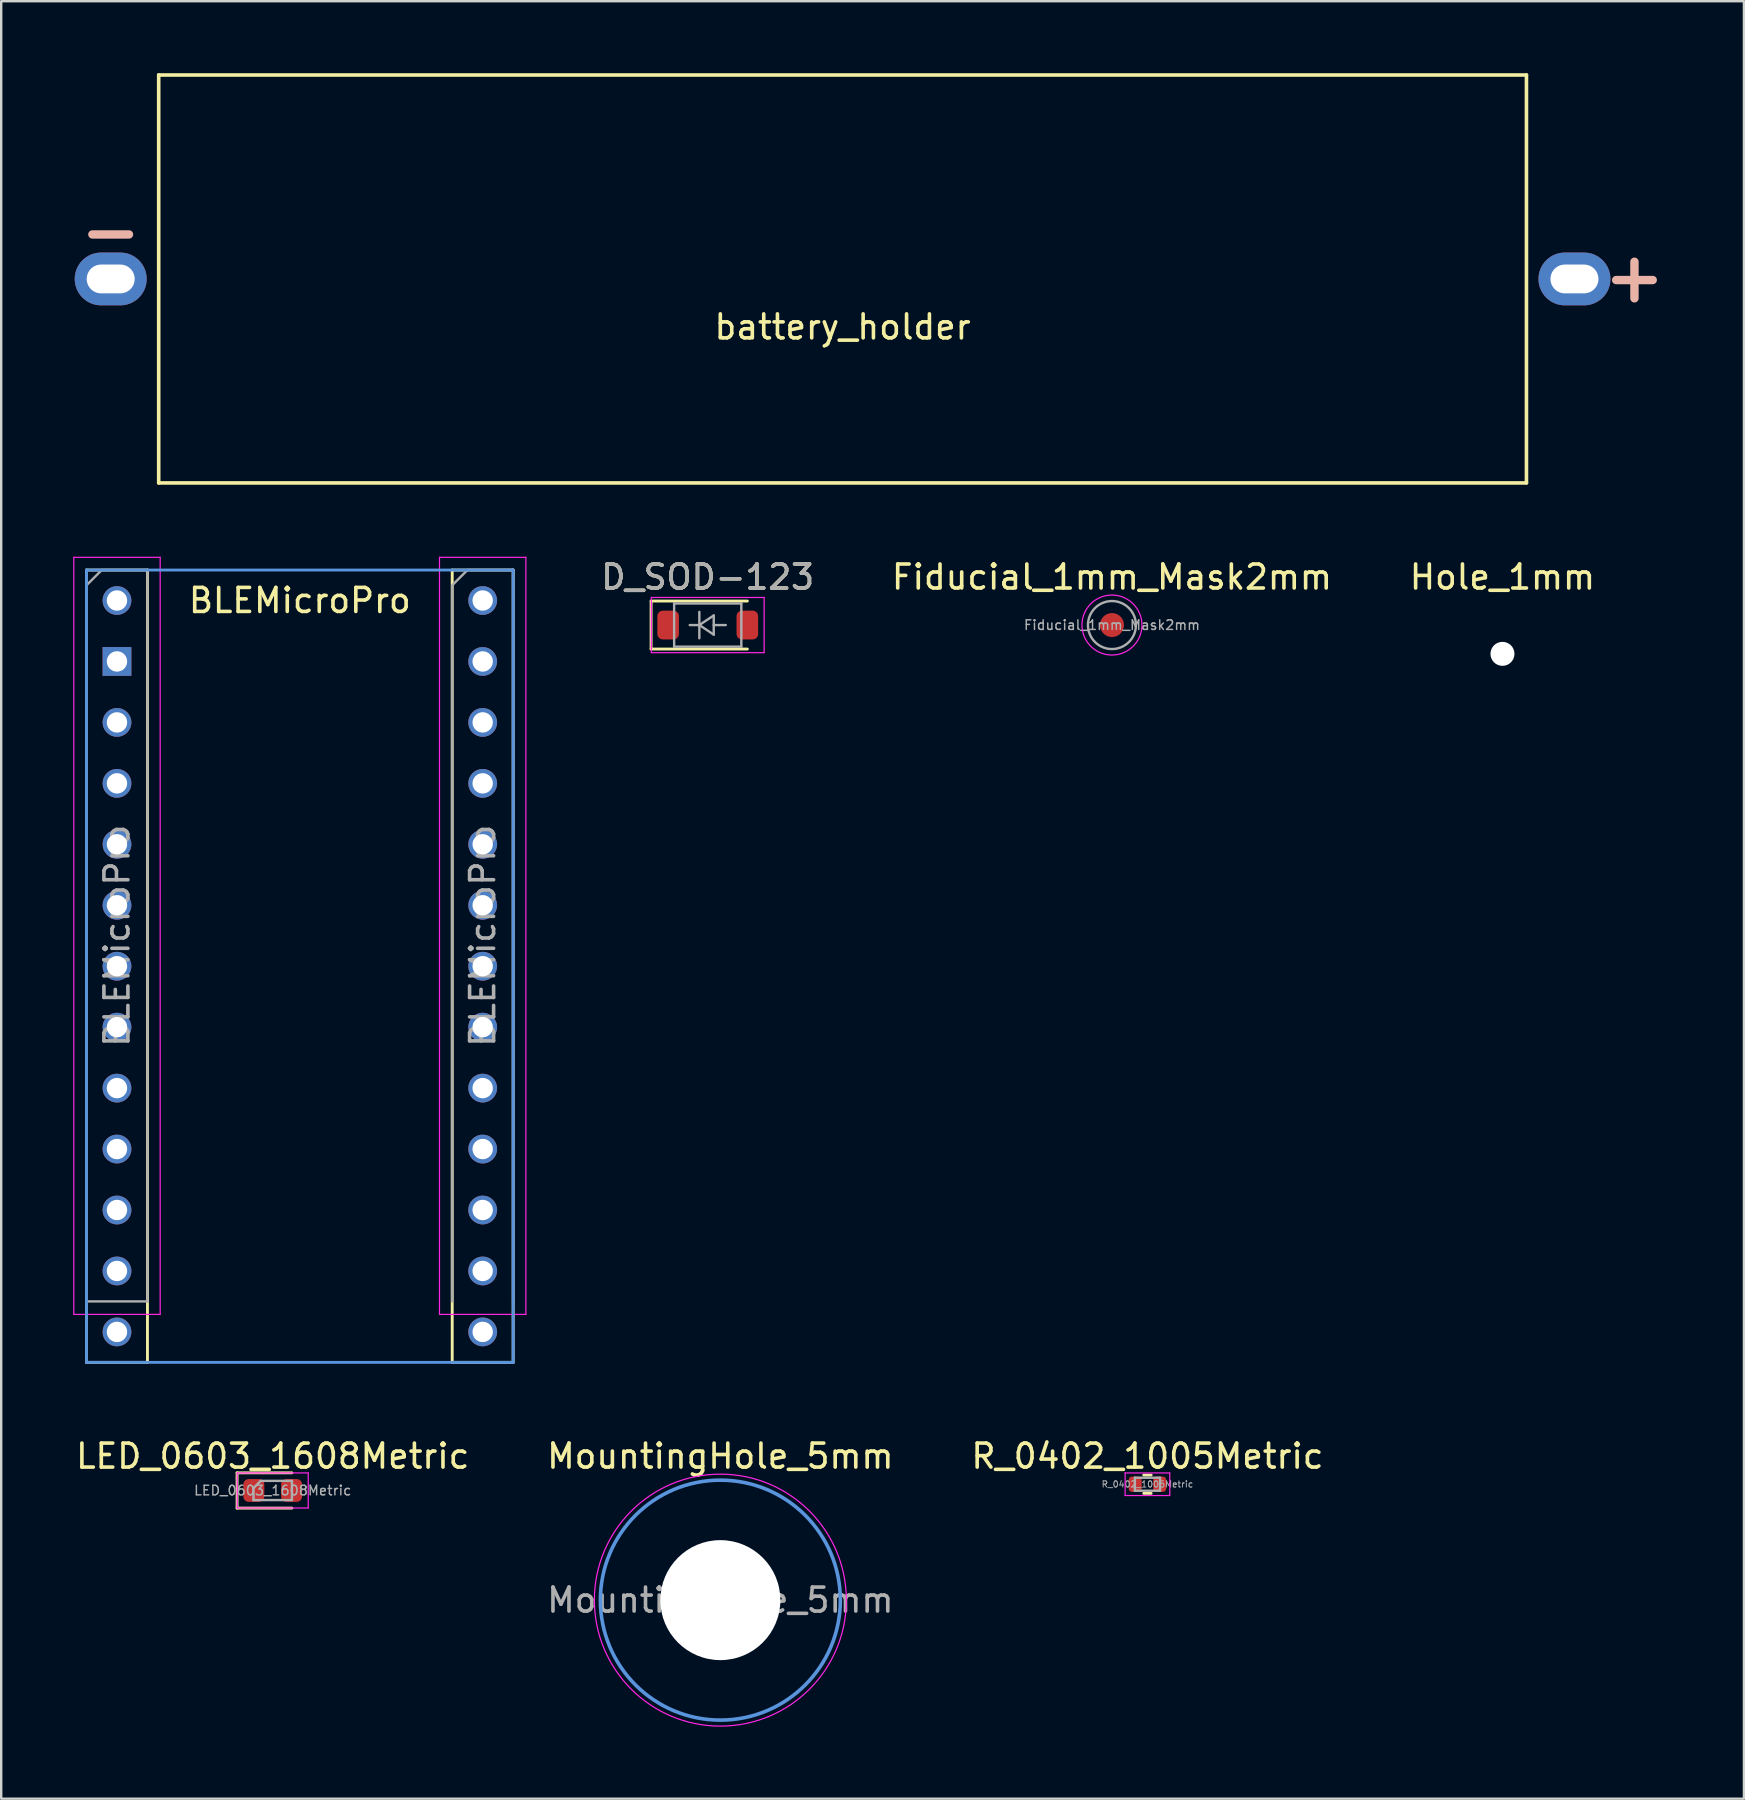
<source format=kicad_pcb>
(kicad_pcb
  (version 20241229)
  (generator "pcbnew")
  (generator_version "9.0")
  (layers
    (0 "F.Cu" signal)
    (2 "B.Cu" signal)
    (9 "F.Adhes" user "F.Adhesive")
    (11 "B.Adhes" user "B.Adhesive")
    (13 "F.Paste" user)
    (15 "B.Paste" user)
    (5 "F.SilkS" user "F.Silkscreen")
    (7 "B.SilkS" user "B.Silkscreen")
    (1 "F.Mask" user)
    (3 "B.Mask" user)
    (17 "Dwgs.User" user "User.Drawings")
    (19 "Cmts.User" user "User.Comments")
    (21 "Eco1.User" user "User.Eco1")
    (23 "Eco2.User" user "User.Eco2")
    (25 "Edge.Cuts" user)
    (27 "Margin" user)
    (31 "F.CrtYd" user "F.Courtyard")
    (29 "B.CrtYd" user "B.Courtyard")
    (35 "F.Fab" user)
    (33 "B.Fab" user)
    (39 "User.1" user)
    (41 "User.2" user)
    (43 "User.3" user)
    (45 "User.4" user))
  (footprint "LED_0603_1608Metric"
    (layer "F.Cu")
    (at 8.315 59.063)
    (property "Reference" "LED_0603_1608Metric" (at 0 -1.43 0) (layer "F.SilkS") (effects (font (size 1 1) (thickness 0.15))))
    (attr smd)
    (fp_line (start -1.485 -0.735) (end -1.485 0.735) (stroke (width 0.12) (type solid)) (layer "F.SilkS"))
    (fp_line (start -1.485 0.735) (end 0.8 0.735) (stroke (width 0.12) (type solid)) (layer "F.SilkS"))
    (fp_line (start 0.8 -0.735) (end -1.485 -0.735) (stroke (width 0.12) (type solid)) (layer "F.SilkS"))
    (fp_line (start -1.48 -0.73) (end 1.48 -0.73) (stroke (width 0.05) (type solid)) (layer "F.CrtYd"))
    (fp_line (start -1.48 0.73) (end -1.48 -0.73) (stroke (width 0.05) (type solid)) (layer "F.CrtYd"))
    (fp_line (start 1.48 -0.73) (end 1.48 0.73) (stroke (width 0.05) (type solid)) (layer "F.CrtYd"))
    (fp_line (start 1.48 0.73) (end -1.48 0.73) (stroke (width 0.05) (type solid)) (layer "F.CrtYd"))
    (fp_line (start -0.8 -0.1) (end -0.8 0.4) (stroke (width 0.1) (type solid)) (layer "F.Fab"))
    (fp_line (start -0.8 0.4) (end 0.8 0.4) (stroke (width 0.1) (type solid)) (layer "F.Fab"))
    (fp_line (start -0.5 -0.4) (end -0.8 -0.1) (stroke (width 0.1) (type solid)) (layer "F.Fab"))
    (fp_line (start 0.8 -0.4) (end -0.5 -0.4) (stroke (width 0.1) (type solid)) (layer "F.Fab"))
    (fp_line (start 0.8 0.4) (end 0.8 -0.4) (stroke (width 0.1) (type solid)) (layer "F.Fab"))
    (fp_text user "${REFERENCE}" (at 0 0 0) (layer "F.Fab") (effects (font (size 0.4 0.4) (thickness 0.06))))
    (pad "1" smd roundrect (at -0.787 0 180) (size 0.875 0.95) (layers "F.Cu" "F.Mask" "F.Paste") (roundrect_rratio 0.25))
    (pad "2" smd roundrect (at 0.787 0 180) (size 0.875 0.95) (layers "F.Cu" "F.Mask" "F.Paste") (roundrect_rratio 0.25)))
  (footprint "battery_holder"
    (layer "F.Cu")
    (at 32.063 8.575)
    (property "Reference" "battery_holder" (at 0 2 0) (layer "F.SilkS") (effects (font (size 1 1) (thickness 0.15))))
    (attr through_hole exclude_from_pos_files exclude_from_bom)
    (fp_line (start -28.5 -8.5) (end -28.5 8.5) (stroke (width 0.15) (type solid)) (layer "F.SilkS"))
    (fp_line (start -28.5 -8.5) (end 28.5 -8.5) (stroke (width 0.15) (type solid)) (layer "F.SilkS"))
    (fp_line (start 28.5 -8.5) (end 28.5 8.5) (stroke (width 0.15) (type solid)) (layer "F.SilkS"))
    (fp_line (start 28.5 8.5) (end -28.5 8.5) (stroke (width 0.15) (type solid)) (layer "F.SilkS"))
    (fp_text user "-" (at -30.5 -2 0) (layer "B.SilkS") (effects (font (size 2 2) (thickness 0.35)) (justify mirror)))
    (fp_text user "+" (at 33 -0.1 0) (layer "B.SilkS") (effects (font (size 2 2) (thickness 0.35)) (justify mirror)))
    (pad "1" thru_hole oval (at 30.5 0 180) (size 3 2.2) (drill oval 2 1.2) (layers "*.Cu" "*.Mask"))
    (pad "2" thru_hole oval (at -30.5 0 180) (size 3 2.2) (drill oval 2 1.2) (layers "*.Cu" "*.Mask")))
  (footprint "R_0402_1005Metric"
    (layer "F.Cu")
    (at 44.768 58.803)
    (property "Reference" "R_0402_1005Metric" (at 0 -1.17 0) (layer "F.SilkS") (effects (font (size 1 1) (thickness 0.15))))
    (attr smd)
    (fp_line (start -0.154 -0.38) (end 0.154 -0.38) (stroke (width 0.12) (type solid)) (layer "F.SilkS"))
    (fp_line (start -0.154 0.38) (end 0.154 0.38) (stroke (width 0.12) (type solid)) (layer "F.SilkS"))
    (fp_line (start -0.93 -0.47) (end 0.93 -0.47) (stroke (width 0.05) (type solid)) (layer "F.CrtYd"))
    (fp_line (start -0.93 0.47) (end -0.93 -0.47) (stroke (width 0.05) (type solid)) (layer "F.CrtYd"))
    (fp_line (start 0.93 -0.47) (end 0.93 0.47) (stroke (width 0.05) (type solid)) (layer "F.CrtYd"))
    (fp_line (start 0.93 0.47) (end -0.93 0.47) (stroke (width 0.05) (type solid)) (layer "F.CrtYd"))
    (fp_line (start -0.525 -0.27) (end 0.525 -0.27) (stroke (width 0.1) (type solid)) (layer "F.Fab"))
    (fp_line (start -0.525 0.27) (end -0.525 -0.27) (stroke (width 0.1) (type solid)) (layer "F.Fab"))
    (fp_line (start 0.525 -0.27) (end 0.525 0.27) (stroke (width 0.1) (type solid)) (layer "F.Fab"))
    (fp_line (start 0.525 0.27) (end -0.525 0.27) (stroke (width 0.1) (type solid)) (layer "F.Fab"))
    (fp_text user "${REFERENCE}" (at 0 0 0) (layer "F.Fab") (effects (font (size 0.26 0.26) (thickness 0.04))))
    (pad "1" smd roundrect (at -0.51 0 180) (size 0.54 0.64) (layers "F.Cu" "F.Mask" "F.Paste") (roundrect_rratio 0.25))
    (pad "2" smd roundrect (at 0.51 0 180) (size 0.54 0.64) (layers "F.Cu" "F.Mask" "F.Paste") (roundrect_rratio 0.25)))
  (footprint "BLEMicroPro"
    (layer "F.Cu")
    (at 9.445 21.975)
    (property "Reference" "BLEMicroPro" (at 0 0 0) (layer "F.SilkS") (effects (font (size 1 1) (thickness 0.15))))
    (attr through_hole exclude_from_pos_files exclude_from_bom)
    (fp_line (start -8.89 -1.27) (end -8.89 31.75) (stroke (width 0.12) (type solid)) (layer "F.SilkS"))
    (fp_line (start -8.89 -1.27) (end -6.35 -1.27) (stroke (width 0.12) (type solid)) (layer "F.SilkS"))
    (fp_line (start -8.89 31.75) (end -6.35 31.75) (stroke (width 0.12) (type solid)) (layer "F.SilkS"))
    (fp_line (start -6.35 -1.27) (end -6.35 31.75) (stroke (width 0.12) (type solid)) (layer "F.SilkS"))
    (fp_line (start 6.35 -1.27) (end 6.35 31.75) (stroke (width 0.12) (type solid)) (layer "F.SilkS"))
    (fp_line (start 6.35 -1.27) (end 8.89 -1.27) (stroke (width 0.12) (type solid)) (layer "F.SilkS"))
    (fp_line (start 6.35 31.75) (end 8.89 31.75) (stroke (width 0.12) (type solid)) (layer "F.SilkS"))
    (fp_line (start 8.89 -1.27) (end 8.89 31.75) (stroke (width 0.12) (type solid)) (layer "F.SilkS"))
    (fp_line (start -8.89 -1.27) (end -8.89 31.75) (stroke (width 0.12) (type solid)) (layer "Cmts.User"))
    (fp_line (start -8.89 31.75) (end 8.89 31.75) (stroke (width 0.12) (type solid)) (layer "Cmts.User"))
    (fp_line (start 8.89 -1.27) (end -8.89 -1.27) (stroke (width 0.12) (type solid)) (layer "Cmts.User"))
    (fp_line (start 8.89 31.75) (end 8.89 -1.27) (stroke (width 0.12) (type solid)) (layer "Cmts.User"))
    (fp_line (start -9.42 -1.8) (end -9.42 29.75) (stroke (width 0.05) (type solid)) (layer "F.CrtYd"))
    (fp_line (start -9.42 29.75) (end -5.82 29.75) (stroke (width 0.05) (type solid)) (layer "F.CrtYd"))
    (fp_line (start -5.82 -1.8) (end -9.42 -1.8) (stroke (width 0.05) (type solid)) (layer "F.CrtYd"))
    (fp_line (start -5.82 29.75) (end -5.82 -1.8) (stroke (width 0.05) (type solid)) (layer "F.CrtYd"))
    (fp_line (start 5.82 -1.8) (end 5.82 29.75) (stroke (width 0.05) (type solid)) (layer "F.CrtYd"))
    (fp_line (start 5.82 29.75) (end 9.42 29.75) (stroke (width 0.05) (type solid)) (layer "F.CrtYd"))
    (fp_line (start 9.42 -1.8) (end 5.82 -1.8) (stroke (width 0.05) (type solid)) (layer "F.CrtYd"))
    (fp_line (start 9.42 29.75) (end 9.42 -1.8) (stroke (width 0.05) (type solid)) (layer "F.CrtYd"))
    (fp_line (start -8.89 -0.635) (end -8.255 -1.27) (stroke (width 0.1) (type solid)) (layer "F.Fab"))
    (fp_line (start -8.89 29.21) (end -8.89 -0.635) (stroke (width 0.1) (type solid)) (layer "F.Fab"))
    (fp_line (start -8.255 -1.27) (end -6.35 -1.27) (stroke (width 0.1) (type solid)) (layer "F.Fab"))
    (fp_line (start -6.35 -1.27) (end -6.35 29.21) (stroke (width 0.1) (type solid)) (layer "F.Fab"))
    (fp_line (start -6.35 29.21) (end -8.89 29.21) (stroke (width 0.1) (type solid)) (layer "F.Fab"))
    (fp_line (start 6.35 -0.635) (end 6.985 -1.27) (stroke (width 0.1) (type solid)) (layer "F.Fab"))
    (fp_line (start 6.35 29.21) (end 6.35 -0.635) (stroke (width 0.1) (type solid)) (layer "F.Fab"))
    (fp_line (start 6.985 -1.27) (end 8.89 -1.27) (stroke (width 0.1) (type solid)) (layer "F.Fab"))
    (fp_line (start 8.89 -1.27) (end 8.89 29.21) (stroke (width 0.1) (type solid)) (layer "F.Fab"))
    (fp_line (start 8.89 31.75) (end 6.35 31.75) (stroke (width 0.1) (type solid)) (layer "F.Fab"))
    (fp_text user "${REFERENCE}" (at 7.62 13.97 90) (layer "F.Fab") (effects (font (size 1 1) (thickness 0.15))))
    (fp_text user "${REFERENCE}" (at -7.62 13.97 90) (layer "F.Fab") (effects (font (size 1 1) (thickness 0.15))))
    (pad "1" thru_hole circle (at -7.62 0) (size 1.2 1.2) (drill 0.85) (layers "*.Cu" "*.Mask"))
    (pad "2" thru_hole rect (at -7.62 2.54) (size 1.2 1.2) (drill 0.85) (layers "*.Cu" "*.Mask"))
    (pad "3" thru_hole oval (at -7.62 5.08) (size 1.2 1.2) (drill 0.85) (layers "*.Cu" "*.Mask"))
    (pad "4" thru_hole oval (at -7.62 7.62) (size 1.2 1.2) (drill 0.85) (layers "*.Cu" "*.Mask"))
    (pad "5" thru_hole oval (at -7.62 10.16) (size 1.2 1.2) (drill 0.85) (layers "*.Cu" "*.Mask"))
    (pad "6" thru_hole oval (at -7.62 12.7) (size 1.2 1.2) (drill 0.85) (layers "*.Cu" "*.Mask"))
    (pad "7" thru_hole oval (at -7.62 15.24) (size 1.2 1.2) (drill 0.85) (layers "*.Cu" "*.Mask"))
    (pad "8" thru_hole oval (at -7.62 17.78) (size 1.2 1.2) (drill 0.85) (layers "*.Cu" "*.Mask"))
    (pad "9" thru_hole oval (at -7.62 20.32) (size 1.2 1.2) (drill 0.85) (layers "*.Cu" "*.Mask"))
    (pad "10" thru_hole oval (at -7.62 22.86) (size 1.2 1.2) (drill 0.85) (layers "*.Cu" "*.Mask"))
    (pad "11" thru_hole oval (at -7.62 25.4) (size 1.2 1.2) (drill 0.85) (layers "*.Cu" "*.Mask"))
    (pad "12" thru_hole oval (at -7.62 27.94) (size 1.2 1.2) (drill 0.85) (layers "*.Cu" "*.Mask"))
    (pad "13" thru_hole oval (at -7.62 30.48) (size 1.2 1.2) (drill 0.85) (layers "*.Cu" "*.Mask"))
    (pad "14" thru_hole oval (at 7.62 30.48 270) (size 1.2 1.2) (drill 0.85) (layers "*.Cu" "*.Mask"))
    (pad "15" thru_hole oval (at 7.62 27.94) (size 1.2 1.2) (drill 0.85) (layers "*.Cu" "*.Mask"))
    (pad "16" thru_hole oval (at 7.62 25.4) (size 1.2 1.2) (drill 0.85) (layers "*.Cu" "*.Mask"))
    (pad "17" thru_hole oval (at 7.62 22.86) (size 1.2 1.2) (drill 0.85) (layers "*.Cu" "*.Mask"))
    (pad "18" thru_hole oval (at 7.62 20.32) (size 1.2 1.2) (drill 0.85) (layers "*.Cu" "*.Mask"))
    (pad "19" thru_hole oval (at 7.62 17.78) (size 1.2 1.2) (drill 0.85) (layers "*.Cu" "*.Mask"))
    (pad "20" thru_hole oval (at 7.62 15.24) (size 1.2 1.2) (drill 0.85) (layers "*.Cu" "*.Mask"))
    (pad "21" thru_hole oval (at 7.62 12.7) (size 1.2 1.2) (drill 0.85) (layers "*.Cu" "*.Mask"))
    (pad "22" thru_hole oval (at 7.62 10.16) (size 1.2 1.2) (drill 0.85) (layers "*.Cu" "*.Mask"))
    (pad "23" thru_hole oval (at 7.62 7.62) (size 1.2 1.2) (drill 0.85) (layers "*.Cu" "*.Mask"))
    (pad "24" thru_hole oval (at 7.62 5.08) (size 1.2 1.2) (drill 0.85) (layers "*.Cu" "*.Mask"))
    (pad "25" thru_hole oval (at 7.62 2.54) (size 1.2 1.2) (drill 0.85) (layers "*.Cu" "*.Mask"))
    (pad "26" thru_hole circle (at 7.62 0) (size 1.2 1.2) (drill 0.85) (layers "*.Cu" "*.Mask")))
  (footprint "MountingHole_5mm"
    (layer "F.Cu")
    (at 26.97 63.633)
    (property "Reference" "MountingHole_5mm" (at 0 -6 0) (layer "F.SilkS") (effects (font (size 1 1) (thickness 0.15))))
    (attr exclude_from_pos_files exclude_from_bom)
    (fp_circle (center 0 0) (end 5 0) (stroke (width 0.15) (type solid)) (fill no) (layer "Cmts.User"))
    (fp_circle (center 0 0) (end 5.25 0) (stroke (width 0.05) (type solid)) (fill no) (layer "F.CrtYd"))
    (fp_text user "${REFERENCE}" (at 0 0 0) (layer "F.Fab") (effects (font (size 1 1) (thickness 0.15))))
    (pad "" np_thru_hole circle (at 0 0 180) (size 5 5) (drill 5) (layers "*.Cu" "*.Mask")))
  (footprint "D_SOD-123"
    (layer "F.Cu")
    (at 26.444 22.998)
    (property "Reference" "D_SOD-123" (at 0 -2 0) (layer "F.SilkS") (effects (font (size 1 1) (thickness 0.15))))
    (attr smd)
    (fp_line (start -2.36 -1) (end -2.36 1) (stroke (width 0.12) (type solid)) (layer "F.SilkS"))
    (fp_line (start -2.36 -1) (end 1.65 -1) (stroke (width 0.12) (type solid)) (layer "F.SilkS"))
    (fp_line (start -2.36 1) (end 1.65 1) (stroke (width 0.12) (type solid)) (layer "F.SilkS"))
    (fp_line (start -2.35 -1.15) (end -2.35 1.15) (stroke (width 0.05) (type solid)) (layer "F.CrtYd"))
    (fp_line (start -2.35 -1.15) (end 2.35 -1.15) (stroke (width 0.05) (type solid)) (layer "F.CrtYd"))
    (fp_line (start 2.35 -1.15) (end 2.35 1.15) (stroke (width 0.05) (type solid)) (layer "F.CrtYd"))
    (fp_line (start 2.35 1.15) (end -2.35 1.15) (stroke (width 0.05) (type solid)) (layer "F.CrtYd"))
    (fp_line (start -1.4 -0.9) (end 1.4 -0.9) (stroke (width 0.1) (type solid)) (layer "F.Fab"))
    (fp_line (start -1.4 0.9) (end -1.4 -0.9) (stroke (width 0.1) (type solid)) (layer "F.Fab"))
    (fp_line (start -0.75 0) (end -0.35 0) (stroke (width 0.1) (type solid)) (layer "F.Fab"))
    (fp_line (start -0.35 0) (end -0.35 -0.55) (stroke (width 0.1) (type solid)) (layer "F.Fab"))
    (fp_line (start -0.35 0) (end -0.35 0.55) (stroke (width 0.1) (type solid)) (layer "F.Fab"))
    (fp_line (start -0.35 0) (end 0.25 -0.4) (stroke (width 0.1) (type solid)) (layer "F.Fab"))
    (fp_line (start 0.25 -0.4) (end 0.25 0.4) (stroke (width 0.1) (type solid)) (layer "F.Fab"))
    (fp_line (start 0.25 0) (end 0.75 0) (stroke (width 0.1) (type solid)) (layer "F.Fab"))
    (fp_line (start 0.25 0.4) (end -0.35 0) (stroke (width 0.1) (type solid)) (layer "F.Fab"))
    (fp_line (start 1.4 -0.9) (end 1.4 0.9) (stroke (width 0.1) (type solid)) (layer "F.Fab"))
    (fp_line (start 1.4 0.9) (end -1.4 0.9) (stroke (width 0.1) (type solid)) (layer "F.Fab"))
    (fp_text user "${REFERENCE}" (at 0 -2 0) (layer "F.Fab") (effects (font (size 1 1) (thickness 0.15))))
    (pad "1" smd roundrect (at -1.65 -0.000001 180) (size 0.9 1.2) (layers "F.Cu" "F.Mask" "F.Paste") (roundrect_rratio 0.25))
    (pad "2" smd roundrect (at 1.65 0.000001 180) (size 0.9 1.2) (layers "F.Cu" "F.Mask" "F.Paste") (roundrect_rratio 0.25)))
  (footprint "Fiducial_1mm_Mask2mm"
    (layer "F.Cu")
    (at 43.289 22.998)
    (property "Reference" "Fiducial_1mm_Mask2mm" (at 0 -2 0) (layer "F.SilkS") (effects (font (size 1 1) (thickness 0.15))))
    (attr smd)
    (fp_circle (center 0 0) (end 1.25 0) (stroke (width 0.05) (type solid)) (fill no) (layer "F.CrtYd"))
    (fp_circle (center 0 0) (end 1 0) (stroke (width 0.1) (type solid)) (fill no) (layer "F.Fab"))
    (fp_text user "${REFERENCE}" (at 0 0 0) (layer "F.Fab") (effects (font (size 0.4 0.4) (thickness 0.06))))
    (pad "" smd circle (at 0 0 180) (size 1 1) (layers "F.Cu" "F.Mask")))
  (footprint "Hole_1mm"
    (layer "F.Cu")
    (at 59.563 24.198)
    (property "Reference" "Hole_1mm" (at 0 -3.2 0) (layer "F.SilkS") (effects (font (size 1 1) (thickness 0.15))))
    (attr exclude_from_pos_files exclude_from_bom)
    (pad "" np_thru_hole circle (at 0 0) (size 1 1) (drill 1) (layers "*.Cu" "*.Mask")))
  (gr_rect
    (start -3 -3)
    (end 69.626 71.908)
    (stroke (width 0.1) (type default))
    (fill no)
    (layer "Edge.Cuts")))
</source>
